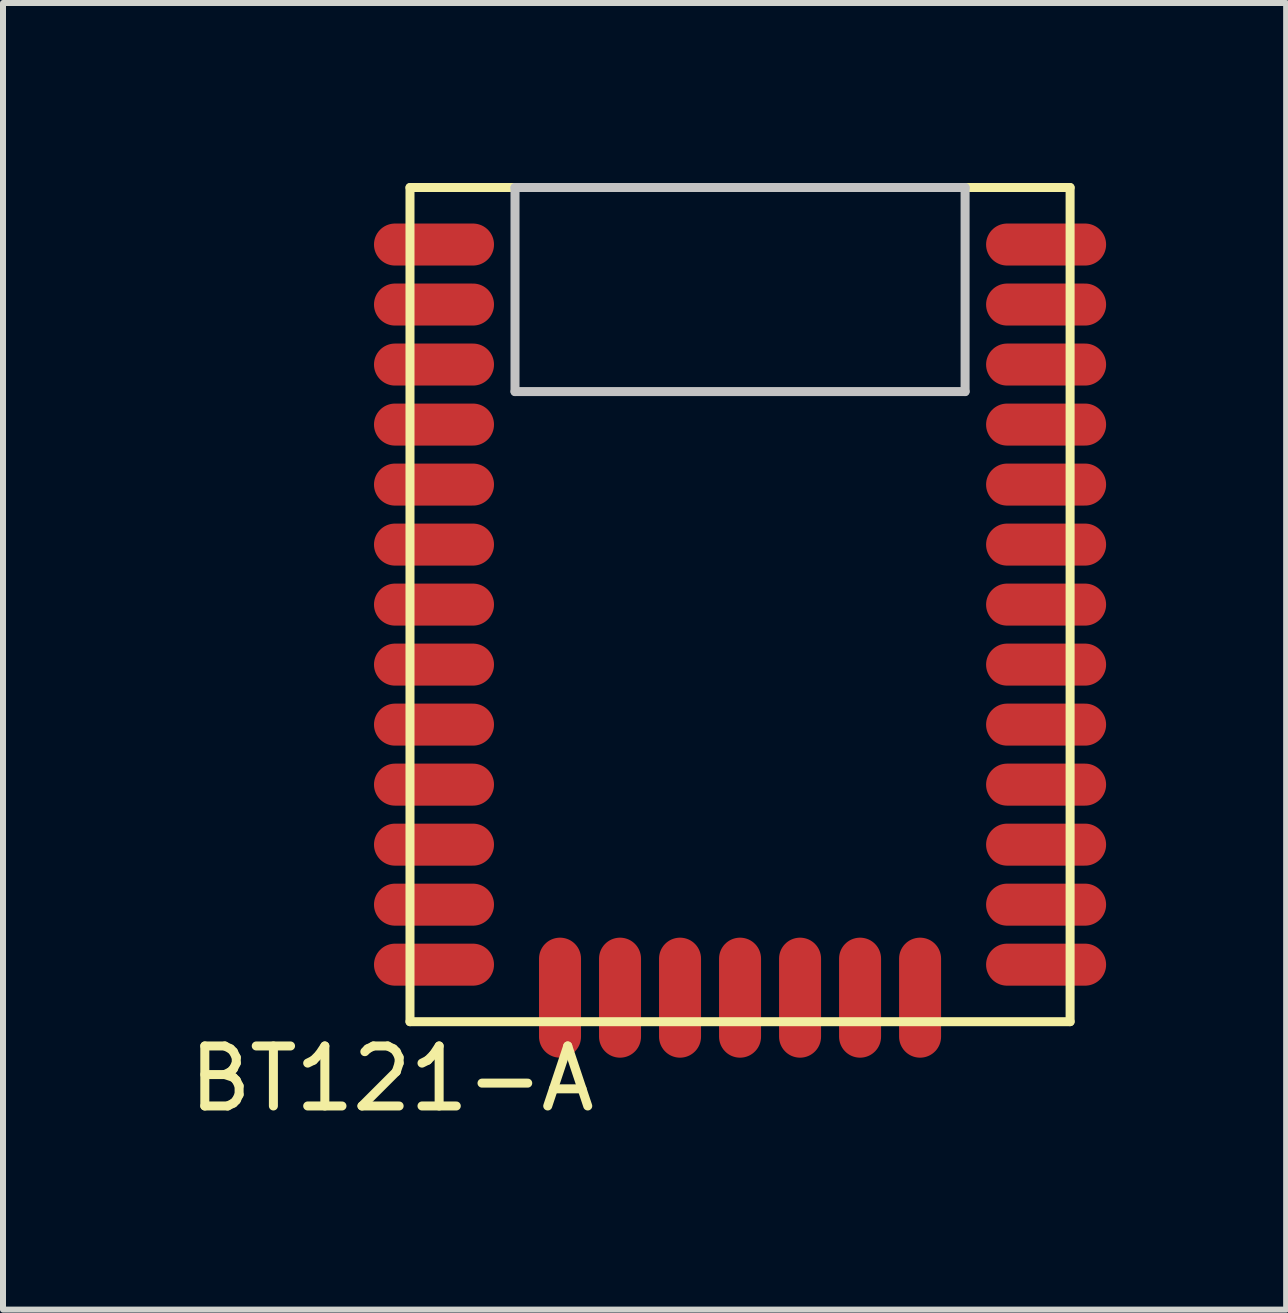
<source format=kicad_pcb>
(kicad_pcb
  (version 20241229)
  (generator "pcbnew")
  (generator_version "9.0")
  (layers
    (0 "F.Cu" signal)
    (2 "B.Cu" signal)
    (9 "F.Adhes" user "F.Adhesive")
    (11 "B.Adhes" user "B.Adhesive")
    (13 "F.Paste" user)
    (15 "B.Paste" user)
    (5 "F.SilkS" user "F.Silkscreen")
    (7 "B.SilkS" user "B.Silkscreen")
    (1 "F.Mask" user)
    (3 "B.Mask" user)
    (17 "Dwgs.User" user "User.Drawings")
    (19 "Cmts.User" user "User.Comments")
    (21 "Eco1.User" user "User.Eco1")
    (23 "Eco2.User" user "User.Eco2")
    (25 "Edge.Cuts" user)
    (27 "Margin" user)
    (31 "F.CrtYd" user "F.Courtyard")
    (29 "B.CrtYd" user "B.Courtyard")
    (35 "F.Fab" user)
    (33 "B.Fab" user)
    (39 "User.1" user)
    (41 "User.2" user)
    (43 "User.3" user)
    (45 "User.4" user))
  (footprint "BT121-A"
    (layer "F.Cu")
    (at 9.282 7.075)
    (property "Reference" "BT121-A" (at -5.8 7.85 0) (layer "F.SilkS") (effects (font (size 1 1) (thickness 0.15))))
    (attr through_hole)
    (fp_line (start -5.5 -7) (end -5.5 6.9) (stroke (width 0.15) (type solid)) (layer "F.SilkS"))
    (fp_line (start -5.5 6.9) (end 5.5 6.9) (stroke (width 0.15) (type solid)) (layer "F.SilkS"))
    (fp_line (start 5.5 -7) (end -5.5 -7) (stroke (width 0.15) (type solid)) (layer "F.SilkS"))
    (fp_line (start 5.5 6.9) (end 5.5 -7) (stroke (width 0.15) (type solid)) (layer "F.SilkS"))
    (fp_line (start -3.75 -7) (end 3.75 -7) (stroke (width 0.15) (type solid)) (layer "Dwgs.User"))
    (fp_line (start -3.75 -3.6) (end -3.75 -7) (stroke (width 0.15) (type solid)) (layer "Dwgs.User"))
    (fp_line (start 3.75 -7) (end 3.75 -3.6) (stroke (width 0.15) (type solid)) (layer "Dwgs.User"))
    (fp_line (start 3.75 -3.6) (end -3.75 -3.6) (stroke (width 0.15) (type solid)) (layer "Dwgs.User"))
    (pad "1" smd oval (at -5.1 -6.05) (size 2 0.7) (layers "F.Cu" "F.Mask" "F.Paste"))
    (pad "2" smd oval (at -5.1 -5.05) (size 2 0.7) (layers "F.Cu" "F.Mask" "F.Paste"))
    (pad "3" smd oval (at -5.1 -4.05) (size 2 0.7) (layers "F.Cu" "F.Mask" "F.Paste"))
    (pad "4" smd oval (at -5.1 -3.05) (size 2 0.7) (layers "F.Cu" "F.Mask" "F.Paste"))
    (pad "5" smd oval (at -5.1 -2.05) (size 2 0.7) (layers "F.Cu" "F.Mask" "F.Paste"))
    (pad "6" smd oval (at -5.1 -1.05) (size 2 0.7) (layers "F.Cu" "F.Mask" "F.Paste"))
    (pad "7" smd oval (at -5.1 -0.05) (size 2 0.7) (layers "F.Cu" "F.Mask" "F.Paste"))
    (pad "8" smd oval (at -5.1 0.95) (size 2 0.7) (layers "F.Cu" "F.Mask" "F.Paste"))
    (pad "9" smd oval (at -5.1 1.95) (size 2 0.7) (layers "F.Cu" "F.Mask" "F.Paste"))
    (pad "10" smd oval (at -5.1 2.95) (size 2 0.7) (layers "F.Cu" "F.Mask" "F.Paste"))
    (pad "11" smd oval (at -5.1 3.95) (size 2 0.7) (layers "F.Cu" "F.Mask" "F.Paste"))
    (pad "12" smd oval (at -5.1 4.95) (size 2 0.7) (layers "F.Cu" "F.Mask" "F.Paste"))
    (pad "13" smd oval (at -5.1 5.95) (size 2 0.7) (layers "F.Cu" "F.Mask" "F.Paste"))
    (pad "14" smd oval (at -3 6.5 90) (size 2 0.7) (layers "F.Cu" "F.Mask" "F.Paste"))
    (pad "15" smd oval (at -2 6.5 90) (size 2 0.7) (layers "F.Cu" "F.Mask" "F.Paste"))
    (pad "16" smd oval (at -1 6.5 90) (size 2 0.7) (layers "F.Cu" "F.Mask" "F.Paste"))
    (pad "17" smd oval (at 0 6.5 90) (size 2 0.7) (layers "F.Cu" "F.Mask" "F.Paste"))
    (pad "18" smd oval (at 1 6.5 90) (size 2 0.7) (layers "F.Cu" "F.Mask" "F.Paste"))
    (pad "19" smd oval (at 2 6.5 90) (size 2 0.7) (layers "F.Cu" "F.Mask" "F.Paste"))
    (pad "20" smd oval (at 3 6.5 90) (size 2 0.7) (layers "F.Cu" "F.Mask" "F.Paste"))
    (pad "21" smd oval (at 5.1 5.95) (size 2 0.7) (layers "F.Cu" "F.Mask" "F.Paste"))
    (pad "22" smd oval (at 5.1 4.95) (size 2 0.7) (layers "F.Cu" "F.Mask" "F.Paste"))
    (pad "23" smd oval (at 5.1 3.95) (size 2 0.7) (layers "F.Cu" "F.Mask" "F.Paste"))
    (pad "24" smd oval (at 5.1 2.95) (size 2 0.7) (layers "F.Cu" "F.Mask" "F.Paste"))
    (pad "25" smd oval (at 5.1 1.95) (size 2 0.7) (layers "F.Cu" "F.Mask" "F.Paste"))
    (pad "26" smd oval (at 5.1 0.95) (size 2 0.7) (layers "F.Cu" "F.Mask" "F.Paste"))
    (pad "27" smd oval (at 5.1 -0.05) (size 2 0.7) (layers "F.Cu" "F.Mask" "F.Paste"))
    (pad "28" smd oval (at 5.1 -1.05) (size 2 0.7) (layers "F.Cu" "F.Mask" "F.Paste"))
    (pad "29" smd oval (at 5.1 -2.05) (size 2 0.7) (layers "F.Cu" "F.Mask" "F.Paste"))
    (pad "30" smd oval (at 5.1 -3.05) (size 2 0.7) (layers "F.Cu" "F.Mask" "F.Paste"))
    (pad "31" smd oval (at 5.1 -4.05) (size 2 0.7) (layers "F.Cu" "F.Mask" "F.Paste"))
    (pad "32" smd oval (at 5.1 -5.05) (size 2 0.7) (layers "F.Cu" "F.Mask" "F.Paste"))
    (pad "33" smd oval (at 5.1 -6.05) (size 2 0.7) (layers "F.Cu" "F.Mask" "F.Paste")))
  (gr_rect
    (start -3 -3)
    (end 18.382 18.773)
    (stroke (width 0.1) (type default))
    (fill no)
    (layer "Edge.Cuts")))
</source>
